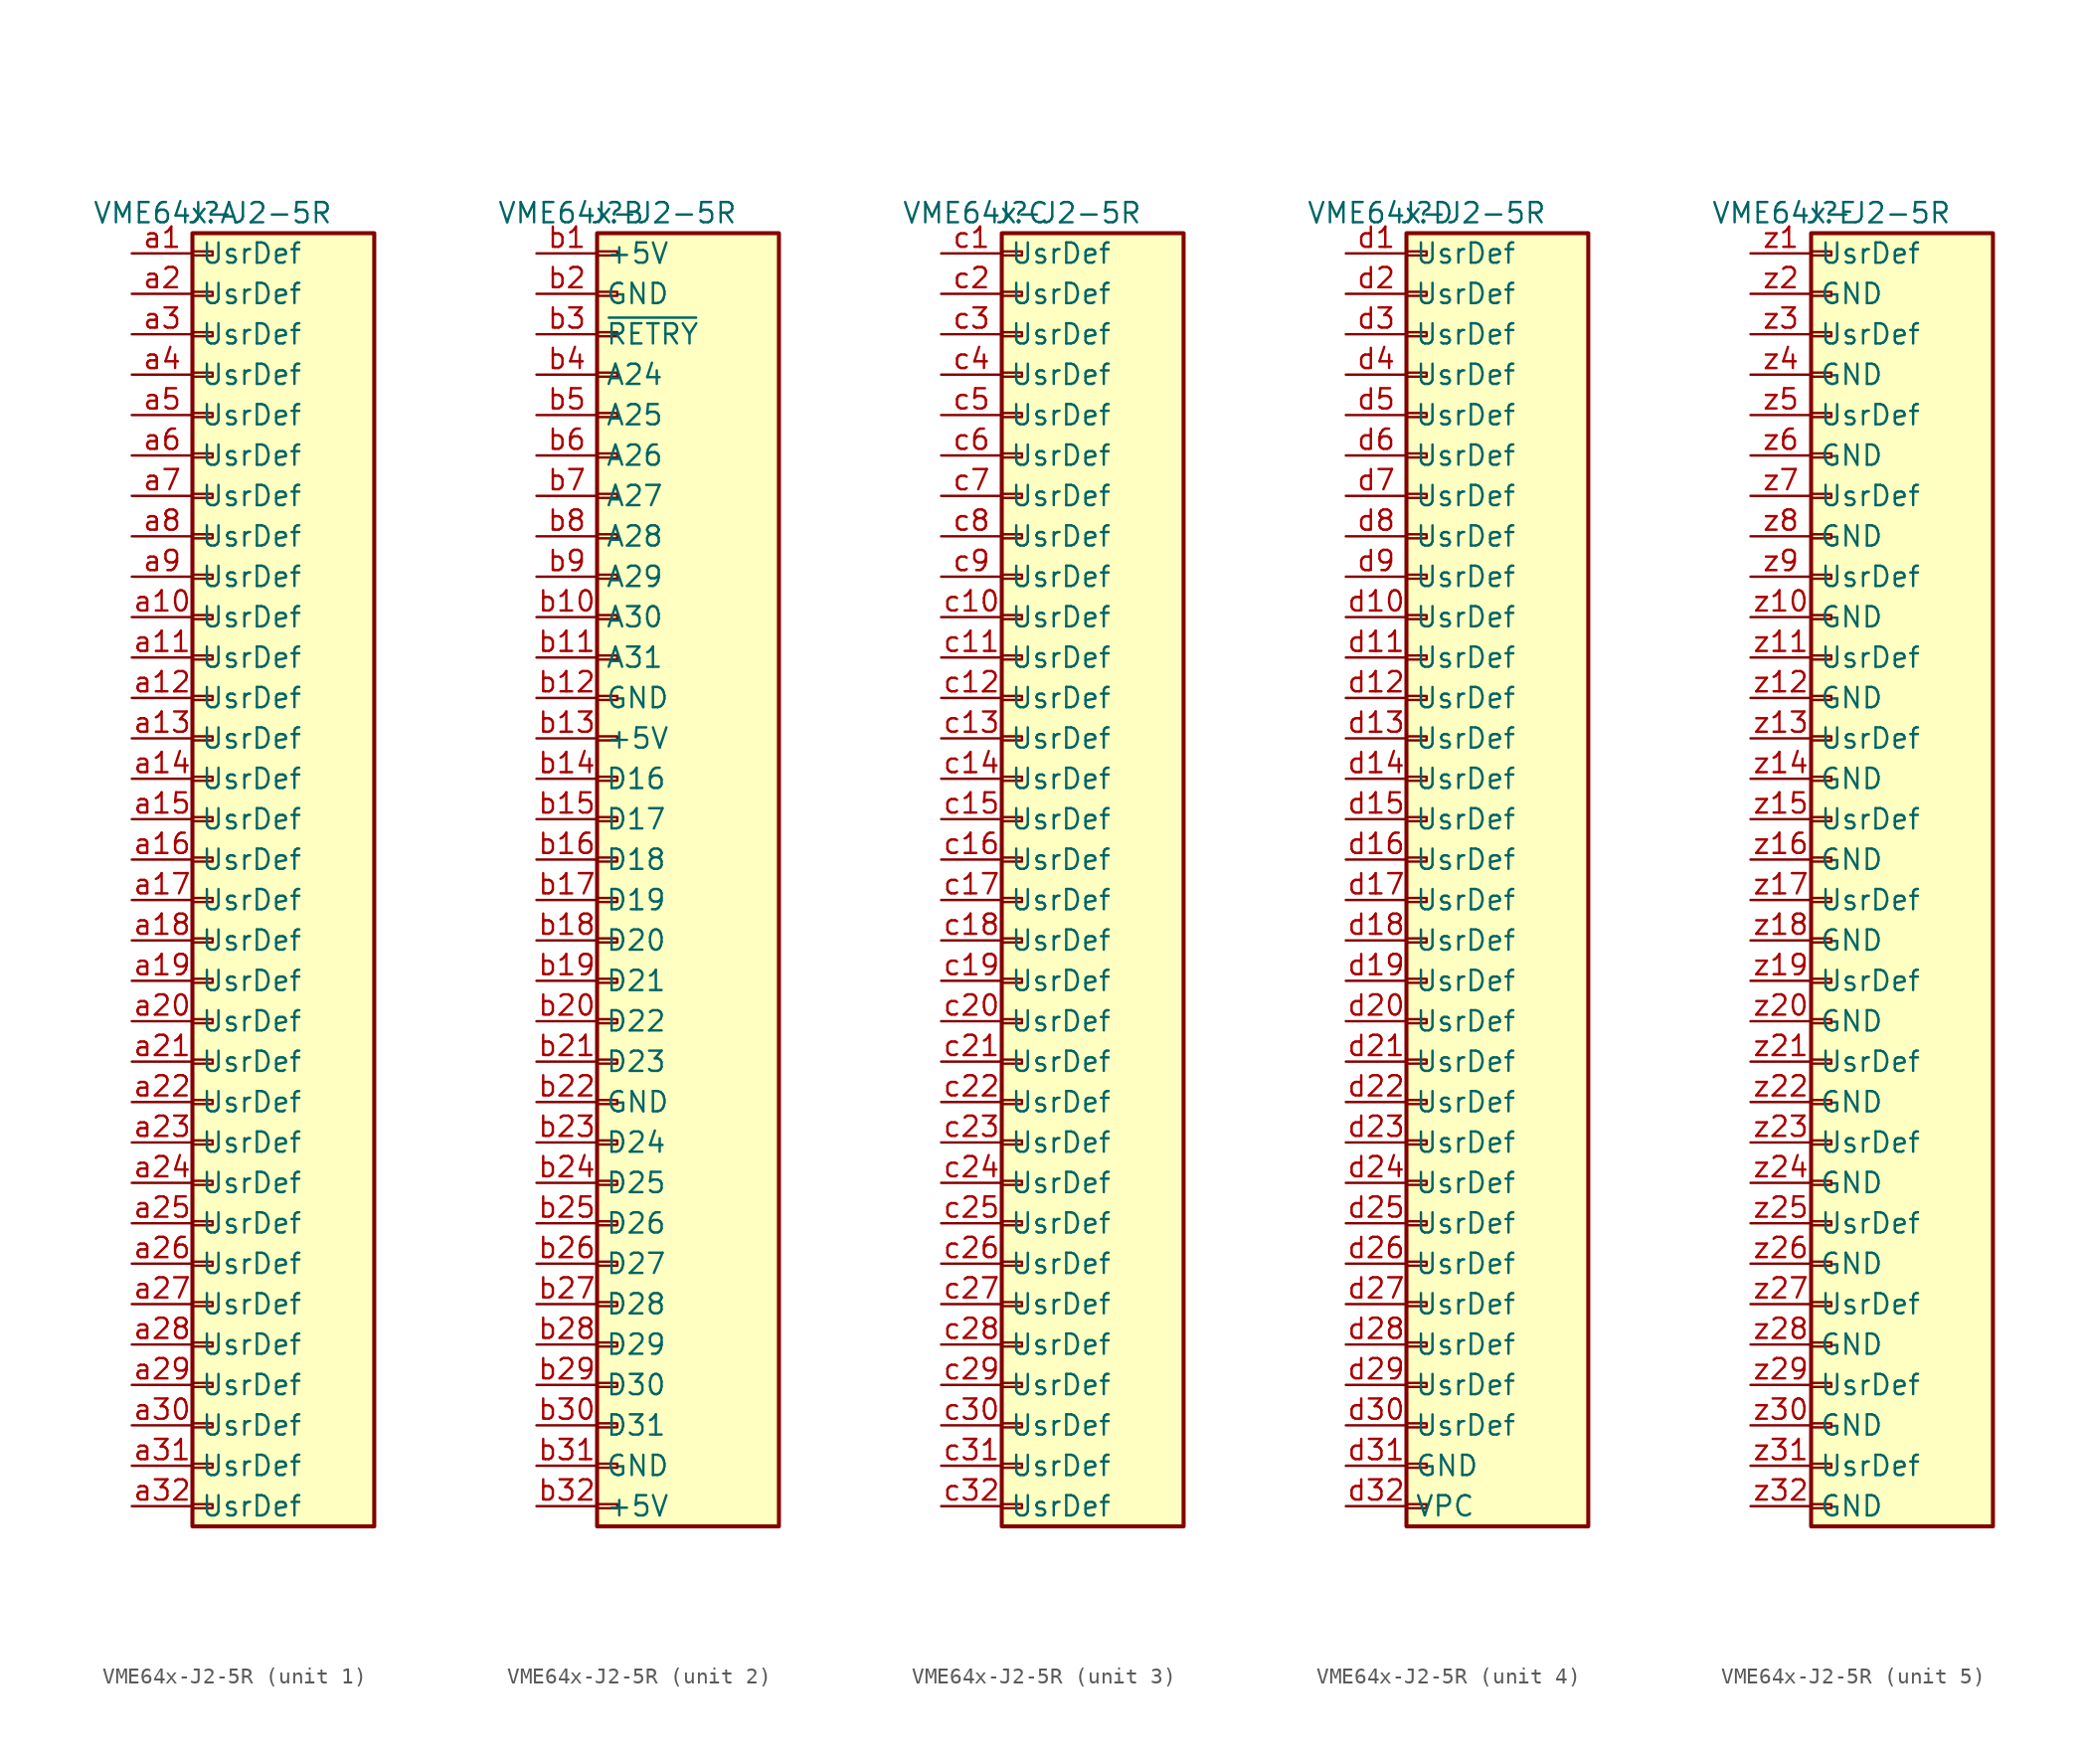
<source format=kicad_sym>
(kicad_symbol_lib
  (version 20231120)
  (generator "kicad_symbol_editor")
  (generator_version "8.0")
  (symbol "VME64x-J2-5R"
    (property "Reference" "J"
      (at 0 40.64 0)
      (effects (font (size 1.27 1.27))))
    (property "Value" "VME64x-J2-5R"
      (at 0 40.64 0)
      (effects (font (size 1.27 1.27))))
    (property "ki_locked" ""
      (at 0 0 0)
      (effects (font (size 1.27 1.27))))
    (symbol "VME64x-J2-5R_1_1"
      (rectangle (start -1.27 -40.513) (end 0 -40.767) (stroke (width 0.152) (type default)) (fill (type none)))
      (rectangle (start -1.27 -37.973) (end 0 -38.227) (stroke (width 0.152) (type default)) (fill (type none)))
      (rectangle (start -1.27 -35.433) (end 0 -35.687) (stroke (width 0.152) (type default)) (fill (type none)))
      (rectangle (start -1.27 -32.893) (end 0 -33.147) (stroke (width 0.152) (type default)) (fill (type none)))
      (rectangle (start -1.27 -30.353) (end 0 -30.607) (stroke (width 0.152) (type default)) (fill (type none)))
      (rectangle (start -1.27 -27.813) (end 0 -28.067) (stroke (width 0.152) (type default)) (fill (type none)))
      (rectangle (start -1.27 -25.273) (end 0 -25.527) (stroke (width 0.152) (type default)) (fill (type none)))
      (rectangle (start -1.27 -22.733) (end 0 -22.987) (stroke (width 0.152) (type default)) (fill (type none)))
      (rectangle (start -1.27 -20.193) (end 0 -20.447) (stroke (width 0.152) (type default)) (fill (type none)))
      (rectangle (start -1.27 -17.653) (end 0 -17.907) (stroke (width 0.152) (type default)) (fill (type none)))
      (rectangle (start -1.27 -15.113) (end 0 -15.367) (stroke (width 0.152) (type default)) (fill (type none)))
      (rectangle (start -1.27 -12.573) (end 0 -12.827) (stroke (width 0.152) (type default)) (fill (type none)))
      (rectangle (start -1.27 -10.033) (end 0 -10.287) (stroke (width 0.152) (type default)) (fill (type none)))
      (rectangle (start -1.27 -7.493) (end 0 -7.747) (stroke (width 0.152) (type default)) (fill (type none)))
      (rectangle (start -1.27 -4.953) (end 0 -5.207) (stroke (width 0.152) (type default)) (fill (type none)))
      (rectangle (start -1.27 -2.413) (end 0 -2.667) (stroke (width 0.152) (type default)) (fill (type none)))
      (rectangle (start -1.27 0.127) (end 0 -0.127) (stroke (width 0.152) (type default)) (fill (type none)))
      (rectangle (start -1.27 2.667) (end 0 2.413) (stroke (width 0.152) (type default)) (fill (type none)))
      (rectangle (start -1.27 5.207) (end 0 4.953) (stroke (width 0.152) (type default)) (fill (type none)))
      (rectangle (start -1.27 7.747) (end 0 7.493) (stroke (width 0.152) (type default)) (fill (type none)))
      (rectangle (start -1.27 10.287) (end 0 10.033) (stroke (width 0.152) (type default)) (fill (type none)))
      (rectangle (start -1.27 12.827) (end 0 12.573) (stroke (width 0.152) (type default)) (fill (type none)))
      (rectangle (start -1.27 15.367) (end 0 15.113) (stroke (width 0.152) (type default)) (fill (type none)))
      (rectangle (start -1.27 17.907) (end 0 17.653) (stroke (width 0.152) (type default)) (fill (type none)))
      (rectangle (start -1.27 20.447) (end 0 20.193) (stroke (width 0.152) (type default)) (fill (type none)))
      (rectangle (start -1.27 22.987) (end 0 22.733) (stroke (width 0.152) (type default)) (fill (type none)))
      (rectangle (start -1.27 25.527) (end 0 25.273) (stroke (width 0.152) (type default)) (fill (type none)))
      (rectangle (start -1.27 28.067) (end 0 27.813) (stroke (width 0.152) (type default)) (fill (type none)))
      (rectangle (start -1.27 30.607) (end 0 30.353) (stroke (width 0.152) (type default)) (fill (type none)))
      (rectangle (start -1.27 33.147) (end 0 32.893) (stroke (width 0.152) (type default)) (fill (type none)))
      (rectangle (start -1.27 35.687) (end 0 35.433) (stroke (width 0.152) (type default)) (fill (type none)))
      (rectangle (start -1.27 38.227) (end 0 37.973) (stroke (width 0.152) (type default)) (fill (type none)))
      (rectangle (start -1.27 39.37) (end 10.16 -41.91) (stroke (width 0.254) (type default)) (fill (type background)))
      (pin bidirectional line (at -5.08 38.1 0) (length 3.81) (name "UsrDef" (effects (font (size 1.27 1.27)))) (number "a1" (effects (font (size 1.27 1.27)))))
      (pin bidirectional line (at -5.08 15.24 0) (length 3.81) (name "UsrDef" (effects (font (size 1.27 1.27)))) (number "a10" (effects (font (size 1.27 1.27)))))
      (pin bidirectional line (at -5.08 12.7 0) (length 3.81) (name "UsrDef" (effects (font (size 1.27 1.27)))) (number "a11" (effects (font (size 1.27 1.27)))))
      (pin bidirectional line (at -5.08 10.16 0) (length 3.81) (name "UsrDef" (effects (font (size 1.27 1.27)))) (number "a12" (effects (font (size 1.27 1.27)))))
      (pin bidirectional line (at -5.08 7.62 0) (length 3.81) (name "UsrDef" (effects (font (size 1.27 1.27)))) (number "a13" (effects (font (size 1.27 1.27)))))
      (pin bidirectional line (at -5.08 5.08 0) (length 3.81) (name "UsrDef" (effects (font (size 1.27 1.27)))) (number "a14" (effects (font (size 1.27 1.27)))))
      (pin bidirectional line (at -5.08 2.54 0) (length 3.81) (name "UsrDef" (effects (font (size 1.27 1.27)))) (number "a15" (effects (font (size 1.27 1.27)))))
      (pin bidirectional line (at -5.08 0 0) (length 3.81) (name "UsrDef" (effects (font (size 1.27 1.27)))) (number "a16" (effects (font (size 1.27 1.27)))))
      (pin bidirectional line (at -5.08 -2.54 0) (length 3.81) (name "UsrDef" (effects (font (size 1.27 1.27)))) (number "a17" (effects (font (size 1.27 1.27)))))
      (pin bidirectional line (at -5.08 -5.08 0) (length 3.81) (name "UsrDef" (effects (font (size 1.27 1.27)))) (number "a18" (effects (font (size 1.27 1.27)))))
      (pin bidirectional line (at -5.08 -7.62 0) (length 3.81) (name "UsrDef" (effects (font (size 1.27 1.27)))) (number "a19" (effects (font (size 1.27 1.27)))))
      (pin bidirectional line (at -5.08 35.56 0) (length 3.81) (name "UsrDef" (effects (font (size 1.27 1.27)))) (number "a2" (effects (font (size 1.27 1.27)))))
      (pin bidirectional line (at -5.08 -10.16 0) (length 3.81) (name "UsrDef" (effects (font (size 1.27 1.27)))) (number "a20" (effects (font (size 1.27 1.27)))))
      (pin bidirectional line (at -5.08 -12.7 0) (length 3.81) (name "UsrDef" (effects (font (size 1.27 1.27)))) (number "a21" (effects (font (size 1.27 1.27)))))
      (pin bidirectional line (at -5.08 -15.24 0) (length 3.81) (name "UsrDef" (effects (font (size 1.27 1.27)))) (number "a22" (effects (font (size 1.27 1.27)))))
      (pin bidirectional line (at -5.08 -17.78 0) (length 3.81) (name "UsrDef" (effects (font (size 1.27 1.27)))) (number "a23" (effects (font (size 1.27 1.27)))))
      (pin bidirectional line (at -5.08 -20.32 0) (length 3.81) (name "UsrDef" (effects (font (size 1.27 1.27)))) (number "a24" (effects (font (size 1.27 1.27)))))
      (pin bidirectional line (at -5.08 -22.86 0) (length 3.81) (name "UsrDef" (effects (font (size 1.27 1.27)))) (number "a25" (effects (font (size 1.27 1.27)))))
      (pin bidirectional line (at -5.08 -25.4 0) (length 3.81) (name "UsrDef" (effects (font (size 1.27 1.27)))) (number "a26" (effects (font (size 1.27 1.27)))))
      (pin bidirectional line (at -5.08 -27.94 0) (length 3.81) (name "UsrDef" (effects (font (size 1.27 1.27)))) (number "a27" (effects (font (size 1.27 1.27)))))
      (pin bidirectional line (at -5.08 -30.48 0) (length 3.81) (name "UsrDef" (effects (font (size 1.27 1.27)))) (number "a28" (effects (font (size 1.27 1.27)))))
      (pin bidirectional line (at -5.08 -33.02 0) (length 3.81) (name "UsrDef" (effects (font (size 1.27 1.27)))) (number "a29" (effects (font (size 1.27 1.27)))))
      (pin bidirectional line (at -5.08 33.02 0) (length 3.81) (name "UsrDef" (effects (font (size 1.27 1.27)))) (number "a3" (effects (font (size 1.27 1.27)))))
      (pin bidirectional line (at -5.08 -35.56 0) (length 3.81) (name "UsrDef" (effects (font (size 1.27 1.27)))) (number "a30" (effects (font (size 1.27 1.27)))))
      (pin bidirectional line (at -5.08 -38.1 0) (length 3.81) (name "UsrDef" (effects (font (size 1.27 1.27)))) (number "a31" (effects (font (size 1.27 1.27)))))
      (pin bidirectional line (at -5.08 -40.64 0) (length 3.81) (name "UsrDef" (effects (font (size 1.27 1.27)))) (number "a32" (effects (font (size 1.27 1.27)))))
      (pin bidirectional line (at -5.08 30.48 0) (length 3.81) (name "UsrDef" (effects (font (size 1.27 1.27)))) (number "a4" (effects (font (size 1.27 1.27)))))
      (pin bidirectional line (at -5.08 27.94 0) (length 3.81) (name "UsrDef" (effects (font (size 1.27 1.27)))) (number "a5" (effects (font (size 1.27 1.27)))))
      (pin bidirectional line (at -5.08 25.4 0) (length 3.81) (name "UsrDef" (effects (font (size 1.27 1.27)))) (number "a6" (effects (font (size 1.27 1.27)))))
      (pin bidirectional line (at -5.08 22.86 0) (length 3.81) (name "UsrDef" (effects (font (size 1.27 1.27)))) (number "a7" (effects (font (size 1.27 1.27)))))
      (pin bidirectional line (at -5.08 20.32 0) (length 3.81) (name "UsrDef" (effects (font (size 1.27 1.27)))) (number "a8" (effects (font (size 1.27 1.27)))))
      (pin bidirectional line (at -5.08 17.78 0) (length 3.81) (name "UsrDef" (effects (font (size 1.27 1.27)))) (number "a9" (effects (font (size 1.27 1.27))))))
    (symbol "VME64x-J2-5R_2_1"
      (rectangle (start -1.27 -40.513) (end 0 -40.767) (stroke (width 0.152) (type default)) (fill (type none)))
      (rectangle (start -1.27 -37.973) (end 0 -38.227) (stroke (width 0.152) (type default)) (fill (type none)))
      (rectangle (start -1.27 -35.433) (end 0 -35.687) (stroke (width 0.152) (type default)) (fill (type none)))
      (rectangle (start -1.27 -32.893) (end 0 -33.147) (stroke (width 0.152) (type default)) (fill (type none)))
      (rectangle (start -1.27 -30.353) (end 0 -30.607) (stroke (width 0.152) (type default)) (fill (type none)))
      (rectangle (start -1.27 -27.813) (end 0 -28.067) (stroke (width 0.152) (type default)) (fill (type none)))
      (rectangle (start -1.27 -25.273) (end 0 -25.527) (stroke (width 0.152) (type default)) (fill (type none)))
      (rectangle (start -1.27 -22.733) (end 0 -22.987) (stroke (width 0.152) (type default)) (fill (type none)))
      (rectangle (start -1.27 -20.193) (end 0 -20.447) (stroke (width 0.152) (type default)) (fill (type none)))
      (rectangle (start -1.27 -17.653) (end 0 -17.907) (stroke (width 0.152) (type default)) (fill (type none)))
      (rectangle (start -1.27 -15.113) (end 0 -15.367) (stroke (width 0.152) (type default)) (fill (type none)))
      (rectangle (start -1.27 -12.573) (end 0 -12.827) (stroke (width 0.152) (type default)) (fill (type none)))
      (rectangle (start -1.27 -10.033) (end 0 -10.287) (stroke (width 0.152) (type default)) (fill (type none)))
      (rectangle (start -1.27 -7.493) (end 0 -7.747) (stroke (width 0.152) (type default)) (fill (type none)))
      (rectangle (start -1.27 -4.953) (end 0 -5.207) (stroke (width 0.152) (type default)) (fill (type none)))
      (rectangle (start -1.27 -2.413) (end 0 -2.667) (stroke (width 0.152) (type default)) (fill (type none)))
      (rectangle (start -1.27 0.127) (end 0 -0.127) (stroke (width 0.152) (type default)) (fill (type none)))
      (rectangle (start -1.27 2.667) (end 0 2.413) (stroke (width 0.152) (type default)) (fill (type none)))
      (rectangle (start -1.27 5.207) (end 0 4.953) (stroke (width 0.152) (type default)) (fill (type none)))
      (rectangle (start -1.27 7.747) (end 0 7.493) (stroke (width 0.152) (type default)) (fill (type none)))
      (rectangle (start -1.27 10.287) (end 0 10.033) (stroke (width 0.152) (type default)) (fill (type none)))
      (rectangle (start -1.27 12.827) (end 0 12.573) (stroke (width 0.152) (type default)) (fill (type none)))
      (rectangle (start -1.27 15.367) (end 0 15.113) (stroke (width 0.152) (type default)) (fill (type none)))
      (rectangle (start -1.27 17.907) (end 0 17.653) (stroke (width 0.152) (type default)) (fill (type none)))
      (rectangle (start -1.27 20.447) (end 0 20.193) (stroke (width 0.152) (type default)) (fill (type none)))
      (rectangle (start -1.27 22.987) (end 0 22.733) (stroke (width 0.152) (type default)) (fill (type none)))
      (rectangle (start -1.27 25.527) (end 0 25.273) (stroke (width 0.152) (type default)) (fill (type none)))
      (rectangle (start -1.27 28.067) (end 0 27.813) (stroke (width 0.152) (type default)) (fill (type none)))
      (rectangle (start -1.27 30.607) (end 0 30.353) (stroke (width 0.152) (type default)) (fill (type none)))
      (rectangle (start -1.27 33.147) (end 0 32.893) (stroke (width 0.152) (type default)) (fill (type none)))
      (rectangle (start -1.27 35.687) (end 0 35.433) (stroke (width 0.152) (type default)) (fill (type none)))
      (rectangle (start -1.27 38.227) (end 0 37.973) (stroke (width 0.152) (type default)) (fill (type none)))
      (rectangle (start -1.27 39.37) (end 10.16 -41.91) (stroke (width 0.254) (type default)) (fill (type background)))
      (pin power_in line (at -5.08 38.1 0) (length 3.81) (name "+5V" (effects (font (size 1.27 1.27)))) (number "b1" (effects (font (size 1.27 1.27)))))
      (pin bidirectional line (at -5.08 15.24 0) (length 3.81) (name "A30" (effects (font (size 1.27 1.27)))) (number "b10" (effects (font (size 1.27 1.27)))))
      (pin bidirectional line (at -5.08 12.7 0) (length 3.81) (name "A31" (effects (font (size 1.27 1.27)))) (number "b11" (effects (font (size 1.27 1.27)))))
      (pin power_in line (at -5.08 10.16 0) (length 3.81) (name "GND" (effects (font (size 1.27 1.27)))) (number "b12" (effects (font (size 1.27 1.27)))))
      (pin power_in line (at -5.08 7.62 0) (length 3.81) (name "+5V" (effects (font (size 1.27 1.27)))) (number "b13" (effects (font (size 1.27 1.27)))))
      (pin bidirectional line (at -5.08 5.08 0) (length 3.81) (name "D16" (effects (font (size 1.27 1.27)))) (number "b14" (effects (font (size 1.27 1.27)))))
      (pin bidirectional line (at -5.08 2.54 0) (length 3.81) (name "D17" (effects (font (size 1.27 1.27)))) (number "b15" (effects (font (size 1.27 1.27)))))
      (pin bidirectional line (at -5.08 0 0) (length 3.81) (name "D18" (effects (font (size 1.27 1.27)))) (number "b16" (effects (font (size 1.27 1.27)))))
      (pin bidirectional line (at -5.08 -2.54 0) (length 3.81) (name "D19" (effects (font (size 1.27 1.27)))) (number "b17" (effects (font (size 1.27 1.27)))))
      (pin bidirectional line (at -5.08 -5.08 0) (length 3.81) (name "D20" (effects (font (size 1.27 1.27)))) (number "b18" (effects (font (size 1.27 1.27)))))
      (pin bidirectional line (at -5.08 -7.62 0) (length 3.81) (name "D21" (effects (font (size 1.27 1.27)))) (number "b19" (effects (font (size 1.27 1.27)))))
      (pin power_in line (at -5.08 35.56 0) (length 3.81) (name "GND" (effects (font (size 1.27 1.27)))) (number "b2" (effects (font (size 1.27 1.27)))))
      (pin bidirectional line (at -5.08 -10.16 0) (length 3.81) (name "D22" (effects (font (size 1.27 1.27)))) (number "b20" (effects (font (size 1.27 1.27)))))
      (pin bidirectional line (at -5.08 -12.7 0) (length 3.81) (name "D23" (effects (font (size 1.27 1.27)))) (number "b21" (effects (font (size 1.27 1.27)))))
      (pin power_in line (at -5.08 -15.24 0) (length 3.81) (name "GND" (effects (font (size 1.27 1.27)))) (number "b22" (effects (font (size 1.27 1.27)))))
      (pin bidirectional line (at -5.08 -17.78 0) (length 3.81) (name "D24" (effects (font (size 1.27 1.27)))) (number "b23" (effects (font (size 1.27 1.27)))))
      (pin bidirectional line (at -5.08 -20.32 0) (length 3.81) (name "D25" (effects (font (size 1.27 1.27)))) (number "b24" (effects (font (size 1.27 1.27)))))
      (pin bidirectional line (at -5.08 -22.86 0) (length 3.81) (name "D26" (effects (font (size 1.27 1.27)))) (number "b25" (effects (font (size 1.27 1.27)))))
      (pin bidirectional line (at -5.08 -25.4 0) (length 3.81) (name "D27" (effects (font (size 1.27 1.27)))) (number "b26" (effects (font (size 1.27 1.27)))))
      (pin bidirectional line (at -5.08 -27.94 0) (length 3.81) (name "D28" (effects (font (size 1.27 1.27)))) (number "b27" (effects (font (size 1.27 1.27)))))
      (pin bidirectional line (at -5.08 -30.48 0) (length 3.81) (name "D29" (effects (font (size 1.27 1.27)))) (number "b28" (effects (font (size 1.27 1.27)))))
      (pin bidirectional line (at -5.08 -33.02 0) (length 3.81) (name "D30" (effects (font (size 1.27 1.27)))) (number "b29" (effects (font (size 1.27 1.27)))))
      (pin bidirectional line (at -5.08 33.02 0) (length 3.81) (name "~{RETRY}" (effects (font (size 1.27 1.27)))) (number "b3" (effects (font (size 1.27 1.27)))))
      (pin bidirectional line (at -5.08 -35.56 0) (length 3.81) (name "D31" (effects (font (size 1.27 1.27)))) (number "b30" (effects (font (size 1.27 1.27)))))
      (pin power_in line (at -5.08 -38.1 0) (length 3.81) (name "GND" (effects (font (size 1.27 1.27)))) (number "b31" (effects (font (size 1.27 1.27)))))
      (pin power_in line (at -5.08 -40.64 0) (length 3.81) (name "+5V" (effects (font (size 1.27 1.27)))) (number "b32" (effects (font (size 1.27 1.27)))))
      (pin bidirectional line (at -5.08 30.48 0) (length 3.81) (name "A24" (effects (font (size 1.27 1.27)))) (number "b4" (effects (font (size 1.27 1.27)))))
      (pin bidirectional line (at -5.08 27.94 0) (length 3.81) (name "A25" (effects (font (size 1.27 1.27)))) (number "b5" (effects (font (size 1.27 1.27)))))
      (pin bidirectional line (at -5.08 25.4 0) (length 3.81) (name "A26" (effects (font (size 1.27 1.27)))) (number "b6" (effects (font (size 1.27 1.27)))))
      (pin bidirectional line (at -5.08 22.86 0) (length 3.81) (name "A27" (effects (font (size 1.27 1.27)))) (number "b7" (effects (font (size 1.27 1.27)))))
      (pin bidirectional line (at -5.08 20.32 0) (length 3.81) (name "A28" (effects (font (size 1.27 1.27)))) (number "b8" (effects (font (size 1.27 1.27)))))
      (pin bidirectional line (at -5.08 17.78 0) (length 3.81) (name "A29" (effects (font (size 1.27 1.27)))) (number "b9" (effects (font (size 1.27 1.27))))))
    (symbol "VME64x-J2-5R_3_1"
      (rectangle (start -1.27 -40.513) (end 0 -40.767) (stroke (width 0.152) (type default)) (fill (type none)))
      (rectangle (start -1.27 -37.973) (end 0 -38.227) (stroke (width 0.152) (type default)) (fill (type none)))
      (rectangle (start -1.27 -35.433) (end 0 -35.687) (stroke (width 0.152) (type default)) (fill (type none)))
      (rectangle (start -1.27 -32.893) (end 0 -33.147) (stroke (width 0.152) (type default)) (fill (type none)))
      (rectangle (start -1.27 -30.353) (end 0 -30.607) (stroke (width 0.152) (type default)) (fill (type none)))
      (rectangle (start -1.27 -27.813) (end 0 -28.067) (stroke (width 0.152) (type default)) (fill (type none)))
      (rectangle (start -1.27 -25.273) (end 0 -25.527) (stroke (width 0.152) (type default)) (fill (type none)))
      (rectangle (start -1.27 -22.733) (end 0 -22.987) (stroke (width 0.152) (type default)) (fill (type none)))
      (rectangle (start -1.27 -20.193) (end 0 -20.447) (stroke (width 0.152) (type default)) (fill (type none)))
      (rectangle (start -1.27 -17.653) (end 0 -17.907) (stroke (width 0.152) (type default)) (fill (type none)))
      (rectangle (start -1.27 -15.113) (end 0 -15.367) (stroke (width 0.152) (type default)) (fill (type none)))
      (rectangle (start -1.27 -12.573) (end 0 -12.827) (stroke (width 0.152) (type default)) (fill (type none)))
      (rectangle (start -1.27 -10.033) (end 0 -10.287) (stroke (width 0.152) (type default)) (fill (type none)))
      (rectangle (start -1.27 -7.493) (end 0 -7.747) (stroke (width 0.152) (type default)) (fill (type none)))
      (rectangle (start -1.27 -4.953) (end 0 -5.207) (stroke (width 0.152) (type default)) (fill (type none)))
      (rectangle (start -1.27 -2.413) (end 0 -2.667) (stroke (width 0.152) (type default)) (fill (type none)))
      (rectangle (start -1.27 0.127) (end 0 -0.127) (stroke (width 0.152) (type default)) (fill (type none)))
      (rectangle (start -1.27 2.667) (end 0 2.413) (stroke (width 0.152) (type default)) (fill (type none)))
      (rectangle (start -1.27 5.207) (end 0 4.953) (stroke (width 0.152) (type default)) (fill (type none)))
      (rectangle (start -1.27 7.747) (end 0 7.493) (stroke (width 0.152) (type default)) (fill (type none)))
      (rectangle (start -1.27 10.287) (end 0 10.033) (stroke (width 0.152) (type default)) (fill (type none)))
      (rectangle (start -1.27 12.827) (end 0 12.573) (stroke (width 0.152) (type default)) (fill (type none)))
      (rectangle (start -1.27 15.367) (end 0 15.113) (stroke (width 0.152) (type default)) (fill (type none)))
      (rectangle (start -1.27 17.907) (end 0 17.653) (stroke (width 0.152) (type default)) (fill (type none)))
      (rectangle (start -1.27 20.447) (end 0 20.193) (stroke (width 0.152) (type default)) (fill (type none)))
      (rectangle (start -1.27 22.987) (end 0 22.733) (stroke (width 0.152) (type default)) (fill (type none)))
      (rectangle (start -1.27 25.527) (end 0 25.273) (stroke (width 0.152) (type default)) (fill (type none)))
      (rectangle (start -1.27 28.067) (end 0 27.813) (stroke (width 0.152) (type default)) (fill (type none)))
      (rectangle (start -1.27 30.607) (end 0 30.353) (stroke (width 0.152) (type default)) (fill (type none)))
      (rectangle (start -1.27 33.147) (end 0 32.893) (stroke (width 0.152) (type default)) (fill (type none)))
      (rectangle (start -1.27 35.687) (end 0 35.433) (stroke (width 0.152) (type default)) (fill (type none)))
      (rectangle (start -1.27 38.227) (end 0 37.973) (stroke (width 0.152) (type default)) (fill (type none)))
      (rectangle (start -1.27 39.37) (end 10.16 -41.91) (stroke (width 0.254) (type default)) (fill (type background)))
      (pin bidirectional line (at -5.08 38.1 0) (length 3.81) (name "UsrDef" (effects (font (size 1.27 1.27)))) (number "c1" (effects (font (size 1.27 1.27)))))
      (pin bidirectional line (at -5.08 15.24 0) (length 3.81) (name "UsrDef" (effects (font (size 1.27 1.27)))) (number "c10" (effects (font (size 1.27 1.27)))))
      (pin bidirectional line (at -5.08 12.7 0) (length 3.81) (name "UsrDef" (effects (font (size 1.27 1.27)))) (number "c11" (effects (font (size 1.27 1.27)))))
      (pin bidirectional line (at -5.08 10.16 0) (length 3.81) (name "UsrDef" (effects (font (size 1.27 1.27)))) (number "c12" (effects (font (size 1.27 1.27)))))
      (pin bidirectional line (at -5.08 7.62 0) (length 3.81) (name "UsrDef" (effects (font (size 1.27 1.27)))) (number "c13" (effects (font (size 1.27 1.27)))))
      (pin bidirectional line (at -5.08 5.08 0) (length 3.81) (name "UsrDef" (effects (font (size 1.27 1.27)))) (number "c14" (effects (font (size 1.27 1.27)))))
      (pin bidirectional line (at -5.08 2.54 0) (length 3.81) (name "UsrDef" (effects (font (size 1.27 1.27)))) (number "c15" (effects (font (size 1.27 1.27)))))
      (pin bidirectional line (at -5.08 0 0) (length 3.81) (name "UsrDef" (effects (font (size 1.27 1.27)))) (number "c16" (effects (font (size 1.27 1.27)))))
      (pin bidirectional line (at -5.08 -2.54 0) (length 3.81) (name "UsrDef" (effects (font (size 1.27 1.27)))) (number "c17" (effects (font (size 1.27 1.27)))))
      (pin bidirectional line (at -5.08 -5.08 0) (length 3.81) (name "UsrDef" (effects (font (size 1.27 1.27)))) (number "c18" (effects (font (size 1.27 1.27)))))
      (pin bidirectional line (at -5.08 -7.62 0) (length 3.81) (name "UsrDef" (effects (font (size 1.27 1.27)))) (number "c19" (effects (font (size 1.27 1.27)))))
      (pin bidirectional line (at -5.08 35.56 0) (length 3.81) (name "UsrDef" (effects (font (size 1.27 1.27)))) (number "c2" (effects (font (size 1.27 1.27)))))
      (pin bidirectional line (at -5.08 -10.16 0) (length 3.81) (name "UsrDef" (effects (font (size 1.27 1.27)))) (number "c20" (effects (font (size 1.27 1.27)))))
      (pin bidirectional line (at -5.08 -12.7 0) (length 3.81) (name "UsrDef" (effects (font (size 1.27 1.27)))) (number "c21" (effects (font (size 1.27 1.27)))))
      (pin bidirectional line (at -5.08 -15.24 0) (length 3.81) (name "UsrDef" (effects (font (size 1.27 1.27)))) (number "c22" (effects (font (size 1.27 1.27)))))
      (pin bidirectional line (at -5.08 -17.78 0) (length 3.81) (name "UsrDef" (effects (font (size 1.27 1.27)))) (number "c23" (effects (font (size 1.27 1.27)))))
      (pin bidirectional line (at -5.08 -20.32 0) (length 3.81) (name "UsrDef" (effects (font (size 1.27 1.27)))) (number "c24" (effects (font (size 1.27 1.27)))))
      (pin bidirectional line (at -5.08 -22.86 0) (length 3.81) (name "UsrDef" (effects (font (size 1.27 1.27)))) (number "c25" (effects (font (size 1.27 1.27)))))
      (pin bidirectional line (at -5.08 -25.4 0) (length 3.81) (name "UsrDef" (effects (font (size 1.27 1.27)))) (number "c26" (effects (font (size 1.27 1.27)))))
      (pin bidirectional line (at -5.08 -27.94 0) (length 3.81) (name "UsrDef" (effects (font (size 1.27 1.27)))) (number "c27" (effects (font (size 1.27 1.27)))))
      (pin bidirectional line (at -5.08 -30.48 0) (length 3.81) (name "UsrDef" (effects (font (size 1.27 1.27)))) (number "c28" (effects (font (size 1.27 1.27)))))
      (pin bidirectional line (at -5.08 -33.02 0) (length 3.81) (name "UsrDef" (effects (font (size 1.27 1.27)))) (number "c29" (effects (font (size 1.27 1.27)))))
      (pin bidirectional line (at -5.08 33.02 0) (length 3.81) (name "UsrDef" (effects (font (size 1.27 1.27)))) (number "c3" (effects (font (size 1.27 1.27)))))
      (pin bidirectional line (at -5.08 -35.56 0) (length 3.81) (name "UsrDef" (effects (font (size 1.27 1.27)))) (number "c30" (effects (font (size 1.27 1.27)))))
      (pin bidirectional line (at -5.08 -38.1 0) (length 3.81) (name "UsrDef" (effects (font (size 1.27 1.27)))) (number "c31" (effects (font (size 1.27 1.27)))))
      (pin bidirectional line (at -5.08 -40.64 0) (length 3.81) (name "UsrDef" (effects (font (size 1.27 1.27)))) (number "c32" (effects (font (size 1.27 1.27)))))
      (pin bidirectional line (at -5.08 30.48 0) (length 3.81) (name "UsrDef" (effects (font (size 1.27 1.27)))) (number "c4" (effects (font (size 1.27 1.27)))))
      (pin bidirectional line (at -5.08 27.94 0) (length 3.81) (name "UsrDef" (effects (font (size 1.27 1.27)))) (number "c5" (effects (font (size 1.27 1.27)))))
      (pin bidirectional line (at -5.08 25.4 0) (length 3.81) (name "UsrDef" (effects (font (size 1.27 1.27)))) (number "c6" (effects (font (size 1.27 1.27)))))
      (pin bidirectional line (at -5.08 22.86 0) (length 3.81) (name "UsrDef" (effects (font (size 1.27 1.27)))) (number "c7" (effects (font (size 1.27 1.27)))))
      (pin bidirectional line (at -5.08 20.32 0) (length 3.81) (name "UsrDef" (effects (font (size 1.27 1.27)))) (number "c8" (effects (font (size 1.27 1.27)))))
      (pin bidirectional line (at -5.08 17.78 0) (length 3.81) (name "UsrDef" (effects (font (size 1.27 1.27)))) (number "c9" (effects (font (size 1.27 1.27))))))
    (symbol "VME64x-J2-5R_4_1"
      (rectangle (start -1.27 -40.513) (end 0 -40.767) (stroke (width 0.152) (type default)) (fill (type none)))
      (rectangle (start -1.27 -37.973) (end 0 -38.227) (stroke (width 0.152) (type default)) (fill (type none)))
      (rectangle (start -1.27 -35.433) (end 0 -35.687) (stroke (width 0.152) (type default)) (fill (type none)))
      (rectangle (start -1.27 -32.893) (end 0 -33.147) (stroke (width 0.152) (type default)) (fill (type none)))
      (rectangle (start -1.27 -30.353) (end 0 -30.607) (stroke (width 0.152) (type default)) (fill (type none)))
      (rectangle (start -1.27 -27.813) (end 0 -28.067) (stroke (width 0.152) (type default)) (fill (type none)))
      (rectangle (start -1.27 -25.273) (end 0 -25.527) (stroke (width 0.152) (type default)) (fill (type none)))
      (rectangle (start -1.27 -22.733) (end 0 -22.987) (stroke (width 0.152) (type default)) (fill (type none)))
      (rectangle (start -1.27 -20.193) (end 0 -20.447) (stroke (width 0.152) (type default)) (fill (type none)))
      (rectangle (start -1.27 -17.653) (end 0 -17.907) (stroke (width 0.152) (type default)) (fill (type none)))
      (rectangle (start -1.27 -15.113) (end 0 -15.367) (stroke (width 0.152) (type default)) (fill (type none)))
      (rectangle (start -1.27 -12.573) (end 0 -12.827) (stroke (width 0.152) (type default)) (fill (type none)))
      (rectangle (start -1.27 -10.033) (end 0 -10.287) (stroke (width 0.152) (type default)) (fill (type none)))
      (rectangle (start -1.27 -7.493) (end 0 -7.747) (stroke (width 0.152) (type default)) (fill (type none)))
      (rectangle (start -1.27 -4.953) (end 0 -5.207) (stroke (width 0.152) (type default)) (fill (type none)))
      (rectangle (start -1.27 -2.413) (end 0 -2.667) (stroke (width 0.152) (type default)) (fill (type none)))
      (rectangle (start -1.27 0.127) (end 0 -0.127) (stroke (width 0.152) (type default)) (fill (type none)))
      (rectangle (start -1.27 2.667) (end 0 2.413) (stroke (width 0.152) (type default)) (fill (type none)))
      (rectangle (start -1.27 5.207) (end 0 4.953) (stroke (width 0.152) (type default)) (fill (type none)))
      (rectangle (start -1.27 7.747) (end 0 7.493) (stroke (width 0.152) (type default)) (fill (type none)))
      (rectangle (start -1.27 10.287) (end 0 10.033) (stroke (width 0.152) (type default)) (fill (type none)))
      (rectangle (start -1.27 12.827) (end 0 12.573) (stroke (width 0.152) (type default)) (fill (type none)))
      (rectangle (start -1.27 15.367) (end 0 15.113) (stroke (width 0.152) (type default)) (fill (type none)))
      (rectangle (start -1.27 17.907) (end 0 17.653) (stroke (width 0.152) (type default)) (fill (type none)))
      (rectangle (start -1.27 20.447) (end 0 20.193) (stroke (width 0.152) (type default)) (fill (type none)))
      (rectangle (start -1.27 22.987) (end 0 22.733) (stroke (width 0.152) (type default)) (fill (type none)))
      (rectangle (start -1.27 25.527) (end 0 25.273) (stroke (width 0.152) (type default)) (fill (type none)))
      (rectangle (start -1.27 28.067) (end 0 27.813) (stroke (width 0.152) (type default)) (fill (type none)))
      (rectangle (start -1.27 30.607) (end 0 30.353) (stroke (width 0.152) (type default)) (fill (type none)))
      (rectangle (start -1.27 33.147) (end 0 32.893) (stroke (width 0.152) (type default)) (fill (type none)))
      (rectangle (start -1.27 35.687) (end 0 35.433) (stroke (width 0.152) (type default)) (fill (type none)))
      (rectangle (start -1.27 38.227) (end 0 37.973) (stroke (width 0.152) (type default)) (fill (type none)))
      (rectangle (start -1.27 39.37) (end 10.16 -41.91) (stroke (width 0.254) (type default)) (fill (type background)))
      (pin bidirectional line (at -5.08 38.1 0) (length 3.81) (name "UsrDef" (effects (font (size 1.27 1.27)))) (number "d1" (effects (font (size 1.27 1.27)))))
      (pin bidirectional line (at -5.08 15.24 0) (length 3.81) (name "UsrDef" (effects (font (size 1.27 1.27)))) (number "d10" (effects (font (size 1.27 1.27)))))
      (pin bidirectional line (at -5.08 12.7 0) (length 3.81) (name "UsrDef" (effects (font (size 1.27 1.27)))) (number "d11" (effects (font (size 1.27 1.27)))))
      (pin bidirectional line (at -5.08 10.16 0) (length 3.81) (name "UsrDef" (effects (font (size 1.27 1.27)))) (number "d12" (effects (font (size 1.27 1.27)))))
      (pin bidirectional line (at -5.08 7.62 0) (length 3.81) (name "UsrDef" (effects (font (size 1.27 1.27)))) (number "d13" (effects (font (size 1.27 1.27)))))
      (pin bidirectional line (at -5.08 5.08 0) (length 3.81) (name "UsrDef" (effects (font (size 1.27 1.27)))) (number "d14" (effects (font (size 1.27 1.27)))))
      (pin bidirectional line (at -5.08 2.54 0) (length 3.81) (name "UsrDef" (effects (font (size 1.27 1.27)))) (number "d15" (effects (font (size 1.27 1.27)))))
      (pin bidirectional line (at -5.08 0 0) (length 3.81) (name "UsrDef" (effects (font (size 1.27 1.27)))) (number "d16" (effects (font (size 1.27 1.27)))))
      (pin bidirectional line (at -5.08 -2.54 0) (length 3.81) (name "UsrDef" (effects (font (size 1.27 1.27)))) (number "d17" (effects (font (size 1.27 1.27)))))
      (pin bidirectional line (at -5.08 -5.08 0) (length 3.81) (name "UsrDef" (effects (font (size 1.27 1.27)))) (number "d18" (effects (font (size 1.27 1.27)))))
      (pin bidirectional line (at -5.08 -7.62 0) (length 3.81) (name "UsrDef" (effects (font (size 1.27 1.27)))) (number "d19" (effects (font (size 1.27 1.27)))))
      (pin bidirectional line (at -5.08 35.56 0) (length 3.81) (name "UsrDef" (effects (font (size 1.27 1.27)))) (number "d2" (effects (font (size 1.27 1.27)))))
      (pin bidirectional line (at -5.08 -10.16 0) (length 3.81) (name "UsrDef" (effects (font (size 1.27 1.27)))) (number "d20" (effects (font (size 1.27 1.27)))))
      (pin bidirectional line (at -5.08 -12.7 0) (length 3.81) (name "UsrDef" (effects (font (size 1.27 1.27)))) (number "d21" (effects (font (size 1.27 1.27)))))
      (pin bidirectional line (at -5.08 -15.24 0) (length 3.81) (name "UsrDef" (effects (font (size 1.27 1.27)))) (number "d22" (effects (font (size 1.27 1.27)))))
      (pin bidirectional line (at -5.08 -17.78 0) (length 3.81) (name "UsrDef" (effects (font (size 1.27 1.27)))) (number "d23" (effects (font (size 1.27 1.27)))))
      (pin bidirectional line (at -5.08 -20.32 0) (length 3.81) (name "UsrDef" (effects (font (size 1.27 1.27)))) (number "d24" (effects (font (size 1.27 1.27)))))
      (pin bidirectional line (at -5.08 -22.86 0) (length 3.81) (name "UsrDef" (effects (font (size 1.27 1.27)))) (number "d25" (effects (font (size 1.27 1.27)))))
      (pin bidirectional line (at -5.08 -25.4 0) (length 3.81) (name "UsrDef" (effects (font (size 1.27 1.27)))) (number "d26" (effects (font (size 1.27 1.27)))))
      (pin bidirectional line (at -5.08 -27.94 0) (length 3.81) (name "UsrDef" (effects (font (size 1.27 1.27)))) (number "d27" (effects (font (size 1.27 1.27)))))
      (pin bidirectional line (at -5.08 -30.48 0) (length 3.81) (name "UsrDef" (effects (font (size 1.27 1.27)))) (number "d28" (effects (font (size 1.27 1.27)))))
      (pin bidirectional line (at -5.08 -33.02 0) (length 3.81) (name "UsrDef" (effects (font (size 1.27 1.27)))) (number "d29" (effects (font (size 1.27 1.27)))))
      (pin bidirectional line (at -5.08 33.02 0) (length 3.81) (name "UsrDef" (effects (font (size 1.27 1.27)))) (number "d3" (effects (font (size 1.27 1.27)))))
      (pin bidirectional line (at -5.08 -35.56 0) (length 3.81) (name "UsrDef" (effects (font (size 1.27 1.27)))) (number "d30" (effects (font (size 1.27 1.27)))))
      (pin power_in line (at -5.08 -38.1 0) (length 3.81) (name "GND" (effects (font (size 1.27 1.27)))) (number "d31" (effects (font (size 1.27 1.27)))))
      (pin power_in line (at -5.08 -40.64 0) (length 3.81) (name "VPC" (effects (font (size 1.27 1.27)))) (number "d32" (effects (font (size 1.27 1.27)))))
      (pin bidirectional line (at -5.08 30.48 0) (length 3.81) (name "UsrDef" (effects (font (size 1.27 1.27)))) (number "d4" (effects (font (size 1.27 1.27)))))
      (pin bidirectional line (at -5.08 27.94 0) (length 3.81) (name "UsrDef" (effects (font (size 1.27 1.27)))) (number "d5" (effects (font (size 1.27 1.27)))))
      (pin bidirectional line (at -5.08 25.4 0) (length 3.81) (name "UsrDef" (effects (font (size 1.27 1.27)))) (number "d6" (effects (font (size 1.27 1.27)))))
      (pin bidirectional line (at -5.08 22.86 0) (length 3.81) (name "UsrDef" (effects (font (size 1.27 1.27)))) (number "d7" (effects (font (size 1.27 1.27)))))
      (pin bidirectional line (at -5.08 20.32 0) (length 3.81) (name "UsrDef" (effects (font (size 1.27 1.27)))) (number "d8" (effects (font (size 1.27 1.27)))))
      (pin bidirectional line (at -5.08 17.78 0) (length 3.81) (name "UsrDef" (effects (font (size 1.27 1.27)))) (number "d9" (effects (font (size 1.27 1.27))))))
    (symbol "VME64x-J2-5R_5_1"
      (rectangle (start -1.27 -40.513) (end 0 -40.767) (stroke (width 0.152) (type default)) (fill (type none)))
      (rectangle (start -1.27 -37.973) (end 0 -38.227) (stroke (width 0.152) (type default)) (fill (type none)))
      (rectangle (start -1.27 -35.433) (end 0 -35.687) (stroke (width 0.152) (type default)) (fill (type none)))
      (rectangle (start -1.27 -32.893) (end 0 -33.147) (stroke (width 0.152) (type default)) (fill (type none)))
      (rectangle (start -1.27 -30.353) (end 0 -30.607) (stroke (width 0.152) (type default)) (fill (type none)))
      (rectangle (start -1.27 -27.813) (end 0 -28.067) (stroke (width 0.152) (type default)) (fill (type none)))
      (rectangle (start -1.27 -25.273) (end 0 -25.527) (stroke (width 0.152) (type default)) (fill (type none)))
      (rectangle (start -1.27 -22.733) (end 0 -22.987) (stroke (width 0.152) (type default)) (fill (type none)))
      (rectangle (start -1.27 -20.193) (end 0 -20.447) (stroke (width 0.152) (type default)) (fill (type none)))
      (rectangle (start -1.27 -17.653) (end 0 -17.907) (stroke (width 0.152) (type default)) (fill (type none)))
      (rectangle (start -1.27 -15.113) (end 0 -15.367) (stroke (width 0.152) (type default)) (fill (type none)))
      (rectangle (start -1.27 -12.573) (end 0 -12.827) (stroke (width 0.152) (type default)) (fill (type none)))
      (rectangle (start -1.27 -10.033) (end 0 -10.287) (stroke (width 0.152) (type default)) (fill (type none)))
      (rectangle (start -1.27 -7.493) (end 0 -7.747) (stroke (width 0.152) (type default)) (fill (type none)))
      (rectangle (start -1.27 -4.953) (end 0 -5.207) (stroke (width 0.152) (type default)) (fill (type none)))
      (rectangle (start -1.27 -2.413) (end 0 -2.667) (stroke (width 0.152) (type default)) (fill (type none)))
      (rectangle (start -1.27 0.127) (end 0 -0.127) (stroke (width 0.152) (type default)) (fill (type none)))
      (rectangle (start -1.27 2.667) (end 0 2.413) (stroke (width 0.152) (type default)) (fill (type none)))
      (rectangle (start -1.27 5.207) (end 0 4.953) (stroke (width 0.152) (type default)) (fill (type none)))
      (rectangle (start -1.27 7.747) (end 0 7.493) (stroke (width 0.152) (type default)) (fill (type none)))
      (rectangle (start -1.27 10.287) (end 0 10.033) (stroke (width 0.152) (type default)) (fill (type none)))
      (rectangle (start -1.27 12.827) (end 0 12.573) (stroke (width 0.152) (type default)) (fill (type none)))
      (rectangle (start -1.27 15.367) (end 0 15.113) (stroke (width 0.152) (type default)) (fill (type none)))
      (rectangle (start -1.27 17.907) (end 0 17.653) (stroke (width 0.152) (type default)) (fill (type none)))
      (rectangle (start -1.27 20.447) (end 0 20.193) (stroke (width 0.152) (type default)) (fill (type none)))
      (rectangle (start -1.27 22.987) (end 0 22.733) (stroke (width 0.152) (type default)) (fill (type none)))
      (rectangle (start -1.27 25.527) (end 0 25.273) (stroke (width 0.152) (type default)) (fill (type none)))
      (rectangle (start -1.27 28.067) (end 0 27.813) (stroke (width 0.152) (type default)) (fill (type none)))
      (rectangle (start -1.27 30.607) (end 0 30.353) (stroke (width 0.152) (type default)) (fill (type none)))
      (rectangle (start -1.27 33.147) (end 0 32.893) (stroke (width 0.152) (type default)) (fill (type none)))
      (rectangle (start -1.27 35.687) (end 0 35.433) (stroke (width 0.152) (type default)) (fill (type none)))
      (rectangle (start -1.27 38.227) (end 0 37.973) (stroke (width 0.152) (type default)) (fill (type none)))
      (rectangle (start -1.27 39.37) (end 10.16 -41.91) (stroke (width 0.254) (type default)) (fill (type background)))
      (pin bidirectional line (at -5.08 38.1 0) (length 3.81) (name "UsrDef" (effects (font (size 1.27 1.27)))) (number "z1" (effects (font (size 1.27 1.27)))))
      (pin power_in line (at -5.08 15.24 0) (length 3.81) (name "GND" (effects (font (size 1.27 1.27)))) (number "z10" (effects (font (size 1.27 1.27)))))
      (pin bidirectional line (at -5.08 12.7 0) (length 3.81) (name "UsrDef" (effects (font (size 1.27 1.27)))) (number "z11" (effects (font (size 1.27 1.27)))))
      (pin power_in line (at -5.08 10.16 0) (length 3.81) (name "GND" (effects (font (size 1.27 1.27)))) (number "z12" (effects (font (size 1.27 1.27)))))
      (pin bidirectional line (at -5.08 7.62 0) (length 3.81) (name "UsrDef" (effects (font (size 1.27 1.27)))) (number "z13" (effects (font (size 1.27 1.27)))))
      (pin power_in line (at -5.08 5.08 0) (length 3.81) (name "GND" (effects (font (size 1.27 1.27)))) (number "z14" (effects (font (size 1.27 1.27)))))
      (pin bidirectional line (at -5.08 2.54 0) (length 3.81) (name "UsrDef" (effects (font (size 1.27 1.27)))) (number "z15" (effects (font (size 1.27 1.27)))))
      (pin power_in line (at -5.08 0 0) (length 3.81) (name "GND" (effects (font (size 1.27 1.27)))) (number "z16" (effects (font (size 1.27 1.27)))))
      (pin bidirectional line (at -5.08 -2.54 0) (length 3.81) (name "UsrDef" (effects (font (size 1.27 1.27)))) (number "z17" (effects (font (size 1.27 1.27)))))
      (pin power_in line (at -5.08 -5.08 0) (length 3.81) (name "GND" (effects (font (size 1.27 1.27)))) (number "z18" (effects (font (size 1.27 1.27)))))
      (pin bidirectional line (at -5.08 -7.62 0) (length 3.81) (name "UsrDef" (effects (font (size 1.27 1.27)))) (number "z19" (effects (font (size 1.27 1.27)))))
      (pin power_in line (at -5.08 35.56 0) (length 3.81) (name "GND" (effects (font (size 1.27 1.27)))) (number "z2" (effects (font (size 1.27 1.27)))))
      (pin power_in line (at -5.08 -10.16 0) (length 3.81) (name "GND" (effects (font (size 1.27 1.27)))) (number "z20" (effects (font (size 1.27 1.27)))))
      (pin bidirectional line (at -5.08 -12.7 0) (length 3.81) (name "UsrDef" (effects (font (size 1.27 1.27)))) (number "z21" (effects (font (size 1.27 1.27)))))
      (pin power_in line (at -5.08 -15.24 0) (length 3.81) (name "GND" (effects (font (size 1.27 1.27)))) (number "z22" (effects (font (size 1.27 1.27)))))
      (pin bidirectional line (at -5.08 -17.78 0) (length 3.81) (name "UsrDef" (effects (font (size 1.27 1.27)))) (number "z23" (effects (font (size 1.27 1.27)))))
      (pin power_in line (at -5.08 -20.32 0) (length 3.81) (name "GND" (effects (font (size 1.27 1.27)))) (number "z24" (effects (font (size 1.27 1.27)))))
      (pin bidirectional line (at -5.08 -22.86 0) (length 3.81) (name "UsrDef" (effects (font (size 1.27 1.27)))) (number "z25" (effects (font (size 1.27 1.27)))))
      (pin power_in line (at -5.08 -25.4 0) (length 3.81) (name "GND" (effects (font (size 1.27 1.27)))) (number "z26" (effects (font (size 1.27 1.27)))))
      (pin bidirectional line (at -5.08 -27.94 0) (length 3.81) (name "UsrDef" (effects (font (size 1.27 1.27)))) (number "z27" (effects (font (size 1.27 1.27)))))
      (pin power_in line (at -5.08 -30.48 0) (length 3.81) (name "GND" (effects (font (size 1.27 1.27)))) (number "z28" (effects (font (size 1.27 1.27)))))
      (pin bidirectional line (at -5.08 -33.02 0) (length 3.81) (name "UsrDef" (effects (font (size 1.27 1.27)))) (number "z29" (effects (font (size 1.27 1.27)))))
      (pin bidirectional line (at -5.08 33.02 0) (length 3.81) (name "UsrDef" (effects (font (size 1.27 1.27)))) (number "z3" (effects (font (size 1.27 1.27)))))
      (pin power_in line (at -5.08 -35.56 0) (length 3.81) (name "GND" (effects (font (size 1.27 1.27)))) (number "z30" (effects (font (size 1.27 1.27)))))
      (pin bidirectional line (at -5.08 -38.1 0) (length 3.81) (name "UsrDef" (effects (font (size 1.27 1.27)))) (number "z31" (effects (font (size 1.27 1.27)))))
      (pin power_in line (at -5.08 -40.64 0) (length 3.81) (name "GND" (effects (font (size 1.27 1.27)))) (number "z32" (effects (font (size 1.27 1.27)))))
      (pin power_in line (at -5.08 30.48 0) (length 3.81) (name "GND" (effects (font (size 1.27 1.27)))) (number "z4" (effects (font (size 1.27 1.27)))))
      (pin bidirectional line (at -5.08 27.94 0) (length 3.81) (name "UsrDef" (effects (font (size 1.27 1.27)))) (number "z5" (effects (font (size 1.27 1.27)))))
      (pin power_in line (at -5.08 25.4 0) (length 3.81) (name "GND" (effects (font (size 1.27 1.27)))) (number "z6" (effects (font (size 1.27 1.27)))))
      (pin bidirectional line (at -5.08 22.86 0) (length 3.81) (name "UsrDef" (effects (font (size 1.27 1.27)))) (number "z7" (effects (font (size 1.27 1.27)))))
      (pin power_in line (at -5.08 20.32 0) (length 3.81) (name "GND" (effects (font (size 1.27 1.27)))) (number "z8" (effects (font (size 1.27 1.27)))))
      (pin bidirectional line (at -5.08 17.78 0) (length 3.81) (name "UsrDef" (effects (font (size 1.27 1.27)))) (number "z9" (effects (font (size 1.27 1.27))))))))
</source>
